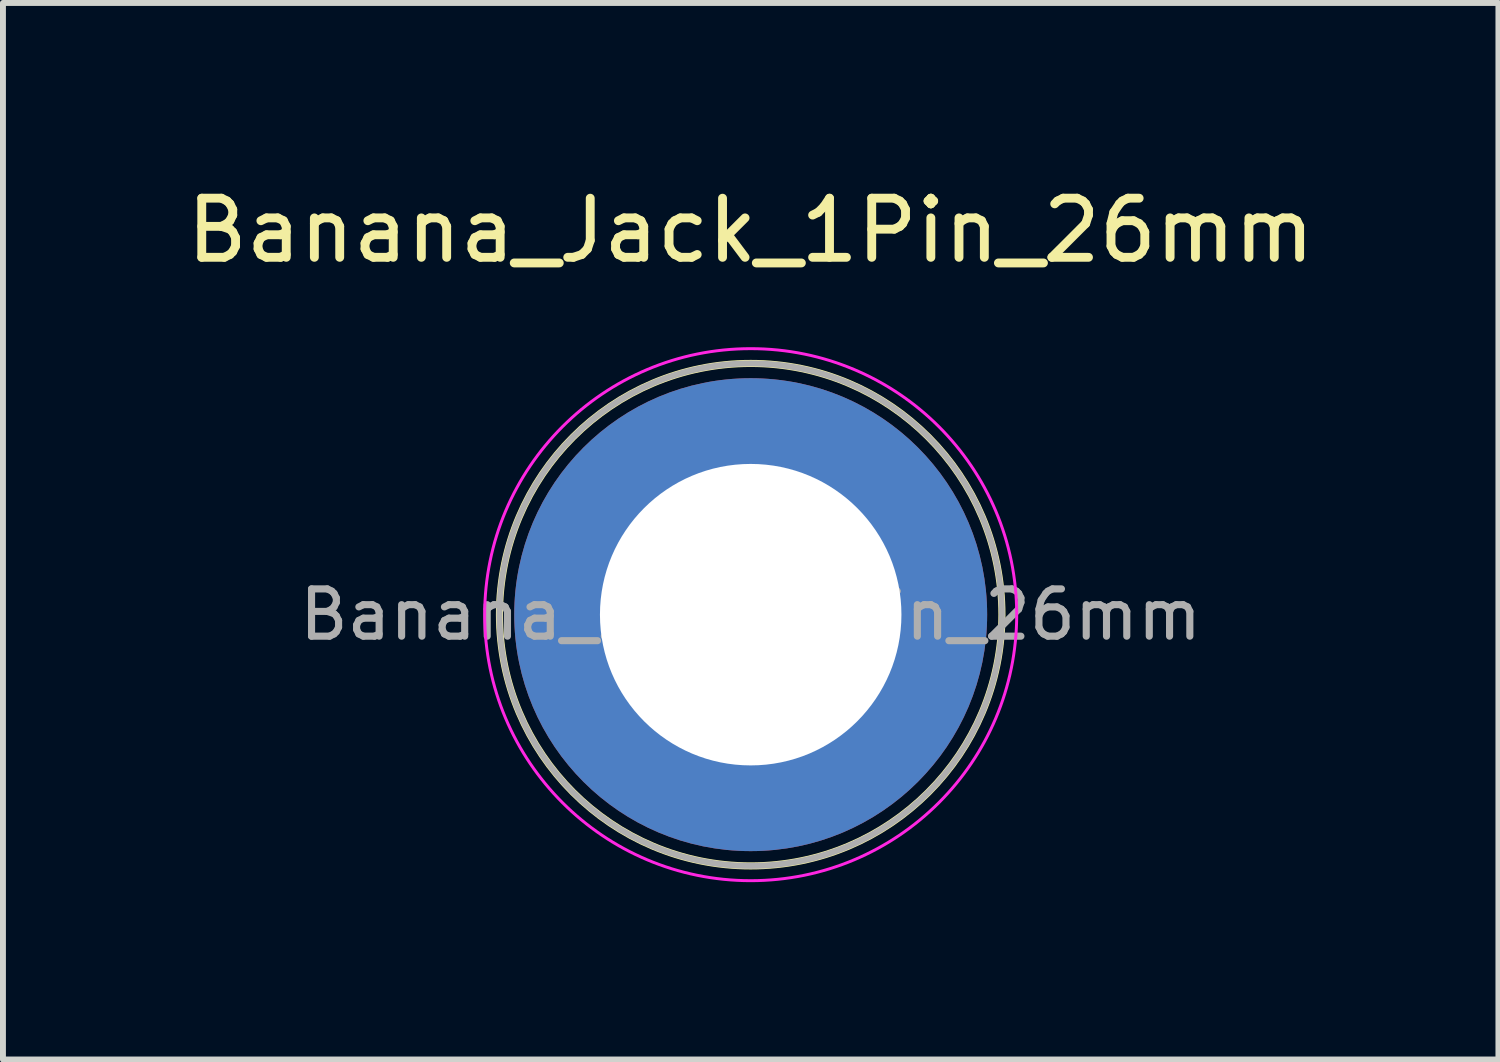
<source format=kicad_pcb>
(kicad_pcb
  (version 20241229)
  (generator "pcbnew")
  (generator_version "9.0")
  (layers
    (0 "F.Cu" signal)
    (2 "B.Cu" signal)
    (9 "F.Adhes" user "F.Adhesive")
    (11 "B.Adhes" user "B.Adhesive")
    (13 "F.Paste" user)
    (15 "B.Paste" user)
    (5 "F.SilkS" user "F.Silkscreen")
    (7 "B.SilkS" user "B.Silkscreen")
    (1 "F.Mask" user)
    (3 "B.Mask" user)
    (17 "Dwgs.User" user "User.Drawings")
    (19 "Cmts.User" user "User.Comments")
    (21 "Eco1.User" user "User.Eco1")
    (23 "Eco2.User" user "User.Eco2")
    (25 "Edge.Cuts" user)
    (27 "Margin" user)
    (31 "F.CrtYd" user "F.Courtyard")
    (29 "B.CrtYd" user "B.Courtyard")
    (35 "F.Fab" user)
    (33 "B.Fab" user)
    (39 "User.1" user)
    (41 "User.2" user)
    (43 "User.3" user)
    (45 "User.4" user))
  (footprint "Banana_Jack_1Pin_26mm"
    (layer "F.Cu")
    (at 9.649 7.348)
    (property "Reference" "Banana_Jack_1Pin_26mm" (at 0 -6.5 0) (layer "F.SilkS") (effects (font (size 1 1) (thickness 0.15))))
    (attr through_hole)
    (fp_circle (center 0 0) (end 4.25 0) (stroke (width 0.12) (type solid)) (fill no) (layer "F.SilkS"))
    (fp_circle (center 0 0) (end 4.5 0) (stroke (width 0.05) (type solid)) (fill no) (layer "F.CrtYd"))
    (fp_circle (center 0 0) (end 2 0) (stroke (width 0.1) (type solid)) (fill no) (layer "F.Fab"))
    (fp_circle (center 0 0) (end 4.25 0) (stroke (width 0.1) (type solid)) (fill no) (layer "F.Fab"))
    (fp_text user "${REFERENCE}" (at 0 0 0) (layer "F.Fab") (effects (font (size 0.8 0.8) (thickness 0.12))))
    (pad "1" thru_hole circle (at 0 0) (size 8 8) (drill 5.1) (layers "*.Cu" "*.Mask")))
  (gr_rect
    (start -3 -3)
    (end 22.298 14.873)
    (stroke (width 0.1) (type default))
    (fill no)
    (layer "Edge.Cuts")))
</source>
